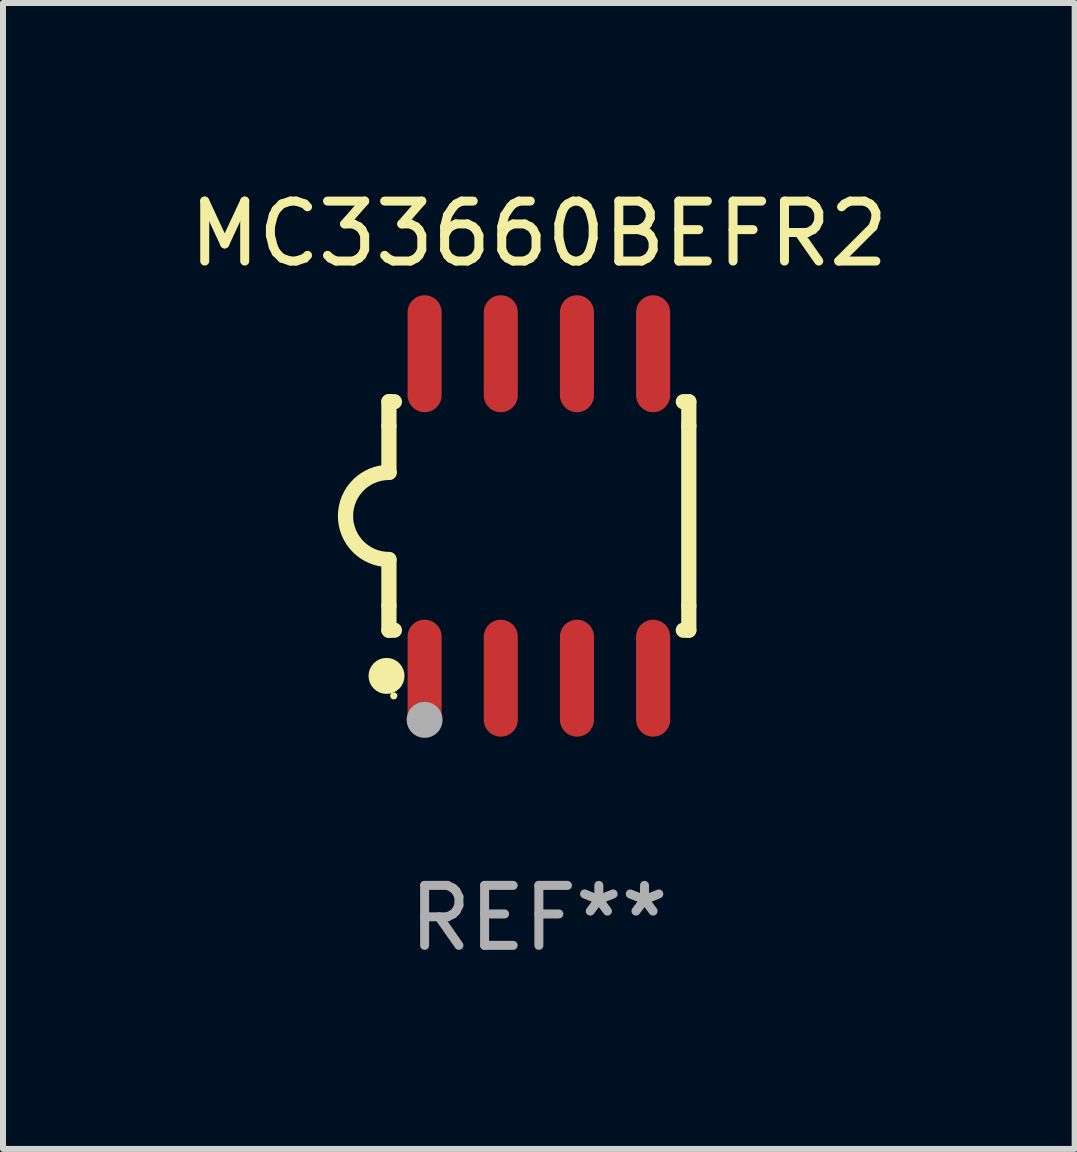
<source format=kicad_pcb>
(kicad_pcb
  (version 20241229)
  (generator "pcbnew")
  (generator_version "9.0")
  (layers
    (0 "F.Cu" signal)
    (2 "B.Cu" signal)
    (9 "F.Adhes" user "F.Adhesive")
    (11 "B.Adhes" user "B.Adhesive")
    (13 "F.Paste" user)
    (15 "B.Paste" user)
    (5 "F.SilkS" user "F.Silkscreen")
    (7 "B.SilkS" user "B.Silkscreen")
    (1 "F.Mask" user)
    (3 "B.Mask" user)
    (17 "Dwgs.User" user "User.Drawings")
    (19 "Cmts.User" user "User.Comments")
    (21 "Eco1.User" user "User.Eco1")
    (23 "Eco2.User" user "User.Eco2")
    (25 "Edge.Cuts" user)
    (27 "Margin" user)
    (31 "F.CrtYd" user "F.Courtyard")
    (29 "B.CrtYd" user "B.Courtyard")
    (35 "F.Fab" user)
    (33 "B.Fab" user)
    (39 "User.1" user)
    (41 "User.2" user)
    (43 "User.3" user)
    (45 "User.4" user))
  (footprint "MC33660BEFR2"
    (layer "F.Cu")
    (at 5.935 5.553)
    (property "Reference" "MC33660BEFR2" (at 0 -4.705 0) (layer "F.SilkS") (effects (font (size 1 1) (thickness 0.15))))
    (attr through_hole)
    (fp_line (start -2.5 -1.905) (end -2.409 -1.905) (stroke (width 0.254) (type solid)) (layer "F.SilkS"))
    (fp_line (start -2.5 -1.5) (end -2.5 -1.905) (stroke (width 0.254) (type solid)) (layer "F.SilkS"))
    (fp_line (start -2.5 -1.5) (end -2.5 -0.726) (stroke (width 0.254) (type solid)) (layer "F.SilkS"))
    (fp_line (start -2.5 1.5) (end -2.5 0.727) (stroke (width 0.254) (type solid)) (layer "F.SilkS"))
    (fp_line (start -2.5 1.5) (end -2.5 1.905) (stroke (width 0.254) (type solid)) (layer "F.SilkS"))
    (fp_line (start -2.5 1.905) (end -2.409 1.905) (stroke (width 0.254) (type solid)) (layer "F.SilkS"))
    (fp_line (start 2.5 -1.905) (end 2.409 -1.905) (stroke (width 0.254) (type solid)) (layer "F.SilkS"))
    (fp_line (start 2.5 -1.5) (end 2.5 -1.905) (stroke (width 0.254) (type solid)) (layer "F.SilkS"))
    (fp_line (start 2.5 -1.5) (end 2.5 1.5) (stroke (width 0.254) (type solid)) (layer "F.SilkS"))
    (fp_line (start 2.5 1.5) (end 2.5 1.905) (stroke (width 0.254) (type solid)) (layer "F.SilkS"))
    (fp_line (start 2.5 1.905) (end 2.409 1.905) (stroke (width 0.254) (type solid)) (layer "F.SilkS"))
    (fp_arc (start -2.5 0.726568) (mid -3.220316 -0.0023) (end -2.495097 -0.726289) (stroke (width 0.254001) (type solid)) (layer "F.SilkS"))
    (fp_circle (center -2.54 2.667) (end -2.39 2.667) (stroke (width 0.3) (type solid)) (fill no) (layer "F.SilkS"))
    (fp_circle (center -2.42 3) (end -2.39 3) (stroke (width 0.06) (type solid)) (fill no) (layer "F.SilkS"))
    (fp_circle (center -1.905 3.4) (end -1.755 3.4) (stroke (width 0.3) (type solid)) (fill no) (layer "F.Fab"))
    (fp_text user "REF**" (at 0 6.705 0) (layer "F.Fab") (effects (font (size 1 1) (thickness 0.15))))
    (pad "1" smd oval (at -1.905 2.705) (size 0.568 1.95) (layers "F.Cu" "F.Mask" "F.Paste"))
    (pad "2" smd oval (at -0.635 2.705) (size 0.568 1.95) (layers "F.Cu" "F.Mask" "F.Paste"))
    (pad "3" smd oval (at 0.635 2.705) (size 0.568 1.95) (layers "F.Cu" "F.Mask" "F.Paste"))
    (pad "4" smd oval (at 1.905 2.705) (size 0.568 1.95) (layers "F.Cu" "F.Mask" "F.Paste"))
    (pad "5" smd oval (at 1.905 -2.705) (size 0.568 1.95) (layers "F.Cu" "F.Mask" "F.Paste"))
    (pad "6" smd oval (at 0.635 -2.705) (size 0.568 1.95) (layers "F.Cu" "F.Mask" "F.Paste"))
    (pad "7" smd oval (at -0.635 -2.705) (size 0.568 1.95) (layers "F.Cu" "F.Mask" "F.Paste"))
    (pad "8" smd oval (at -1.905 -2.705) (size 0.568 1.95) (layers "F.Cu" "F.Mask" "F.Paste")))
  (gr_rect
    (start -3 -3)
    (end 14.869 16.107)
    (stroke (width 0.1) (type default))
    (fill no)
    (layer "Edge.Cuts")))
</source>
